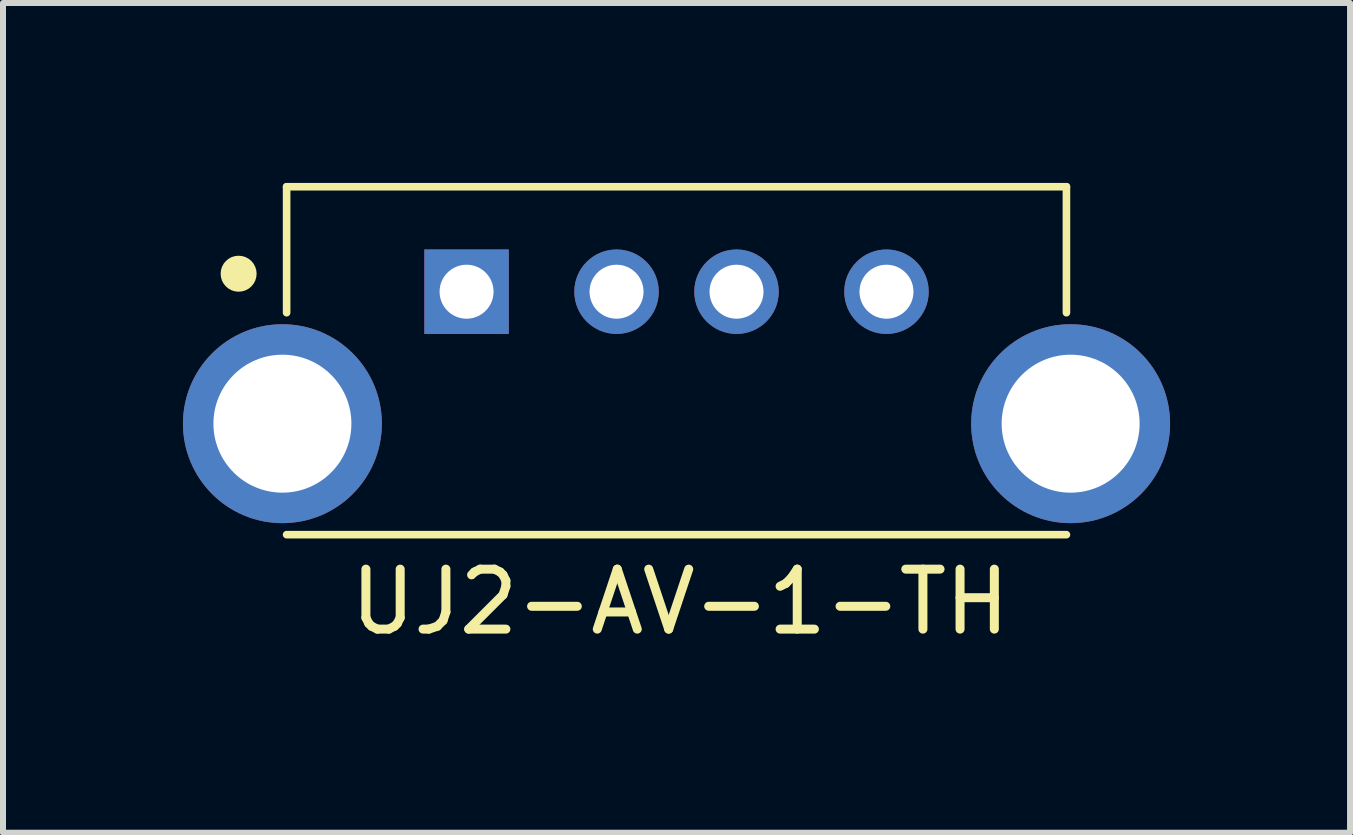
<source format=kicad_pcb>
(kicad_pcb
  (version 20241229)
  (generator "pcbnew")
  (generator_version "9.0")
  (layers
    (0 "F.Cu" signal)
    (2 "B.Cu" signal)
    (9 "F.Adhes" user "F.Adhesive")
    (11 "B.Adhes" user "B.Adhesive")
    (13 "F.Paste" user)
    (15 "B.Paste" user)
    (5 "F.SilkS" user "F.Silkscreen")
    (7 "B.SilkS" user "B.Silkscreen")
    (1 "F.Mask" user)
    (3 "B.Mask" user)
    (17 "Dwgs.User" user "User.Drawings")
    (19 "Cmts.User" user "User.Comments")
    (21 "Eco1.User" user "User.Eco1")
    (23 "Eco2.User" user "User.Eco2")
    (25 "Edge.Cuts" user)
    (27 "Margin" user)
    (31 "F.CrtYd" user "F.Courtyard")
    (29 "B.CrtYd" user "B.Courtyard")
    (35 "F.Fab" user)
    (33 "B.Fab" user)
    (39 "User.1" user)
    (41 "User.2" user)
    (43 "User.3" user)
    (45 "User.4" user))
  (footprint "UJ2-AV-1-TH"
    (layer "F.Cu")
    (at 8.268 2.983)
    (property "Reference" "UJ2-AV-1-TH" (at 0.02 4 0) (layer "F.SilkS") (effects (font (size 1 1) (thickness 0.15))))
    (attr through_hole)
    (fp_line (start -6.54 -2.92) (end -6.54 -0.82) (stroke (width 0.127) (type solid)) (layer "F.SilkS"))
    (fp_line (start -6.54 2.88) (end 6.46 2.88) (stroke (width 0.127) (type solid)) (layer "F.SilkS"))
    (fp_line (start 6.46 -2.92) (end -6.54 -2.92) (stroke (width 0.127) (type solid)) (layer "F.SilkS"))
    (fp_line (start 6.46 -2.92) (end 6.46 -0.82) (stroke (width 0.127) (type solid)) (layer "F.SilkS"))
    (fp_circle (center -7.34 -1.47) (end -7.19 -1.47) (stroke (width 0.3) (type solid)) (fill no) (layer "F.SilkS"))
    (pad "1" thru_hole rect (at -3.54 -1.17) (size 1.408 1.408) (drill 0.9) (layers "*.Cu" "*.Mask"))
    (pad "2" thru_hole circle (at -1.04 -1.17) (size 1.408 1.408) (drill 0.9) (layers "*.Cu" "*.Mask"))
    (pad "3" thru_hole circle (at 0.96 -1.17) (size 1.408 1.408) (drill 0.9) (layers "*.Cu" "*.Mask"))
    (pad "4" thru_hole circle (at 3.46 -1.17) (size 1.408 1.408) (drill 0.9) (layers "*.Cu" "*.Mask"))
    (pad "5" thru_hole circle (at -6.61 1.03) (size 3.316 3.316) (drill 2.3) (layers "*.Cu" "*.Mask"))
    (pad "5" thru_hole circle (at 6.53 1.03) (size 3.316 3.316) (drill 2.3) (layers "*.Cu" "*.Mask")))
  (gr_rect
    (start -3 -3)
    (end 19.456 10.832)
    (stroke (width 0.1) (type default))
    (fill no)
    (layer "Edge.Cuts")))
</source>
